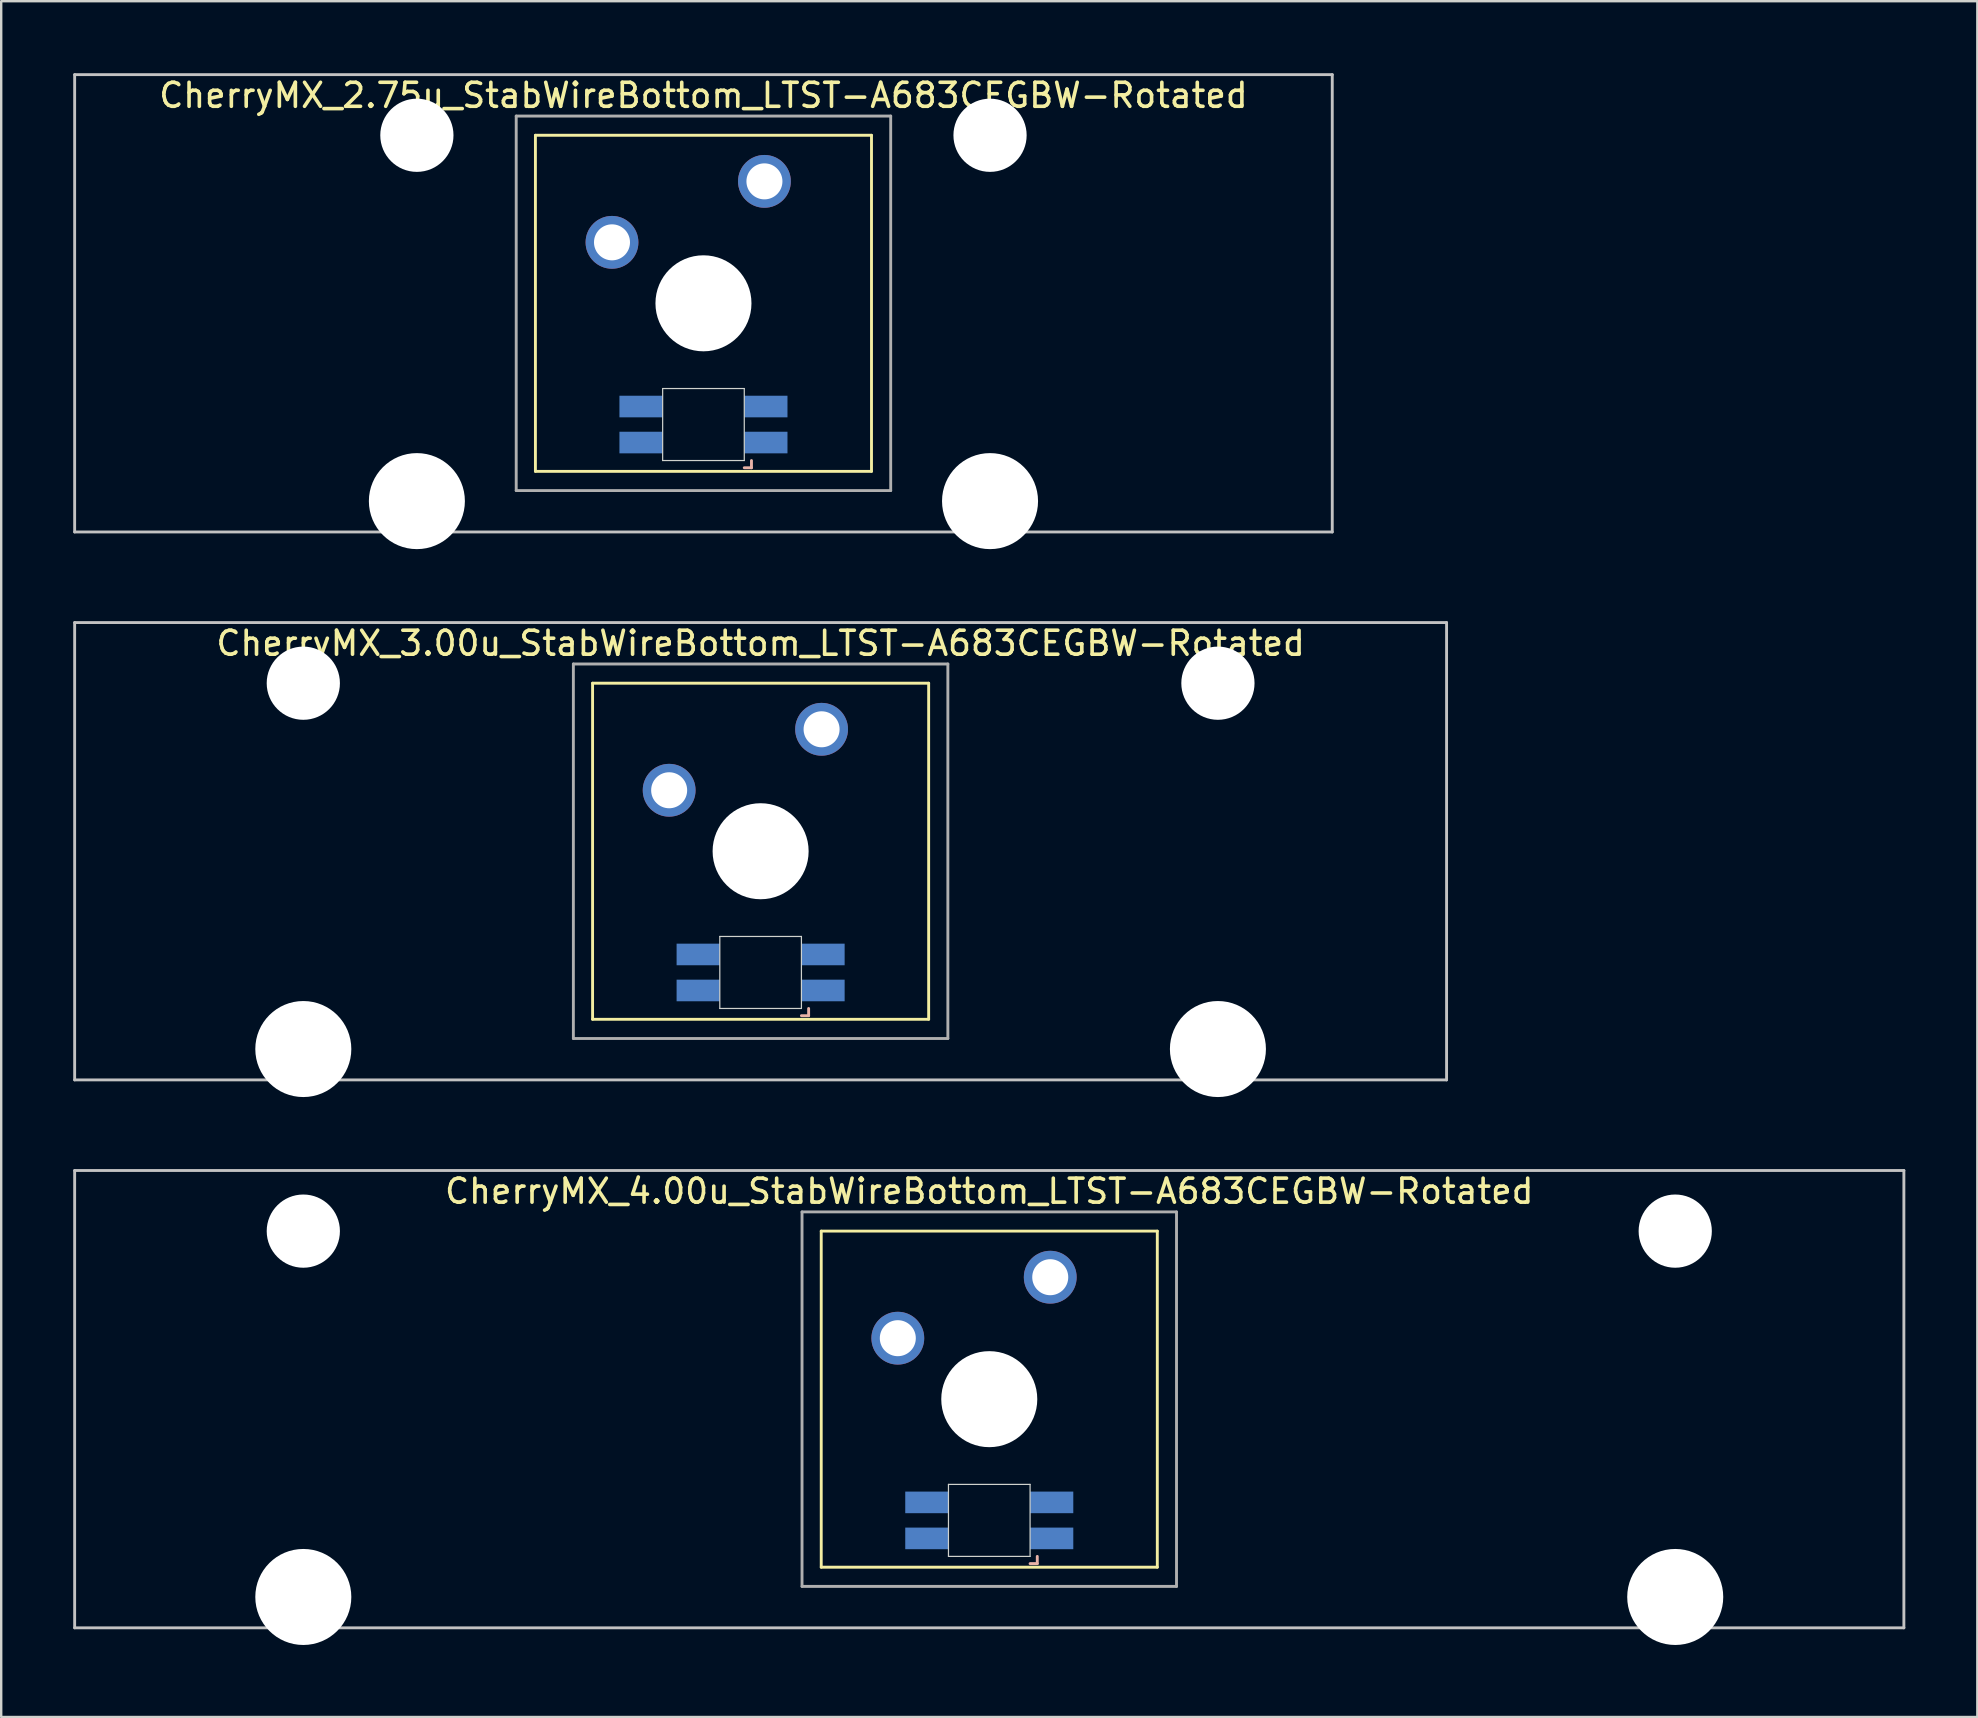
<source format=kicad_pcb>
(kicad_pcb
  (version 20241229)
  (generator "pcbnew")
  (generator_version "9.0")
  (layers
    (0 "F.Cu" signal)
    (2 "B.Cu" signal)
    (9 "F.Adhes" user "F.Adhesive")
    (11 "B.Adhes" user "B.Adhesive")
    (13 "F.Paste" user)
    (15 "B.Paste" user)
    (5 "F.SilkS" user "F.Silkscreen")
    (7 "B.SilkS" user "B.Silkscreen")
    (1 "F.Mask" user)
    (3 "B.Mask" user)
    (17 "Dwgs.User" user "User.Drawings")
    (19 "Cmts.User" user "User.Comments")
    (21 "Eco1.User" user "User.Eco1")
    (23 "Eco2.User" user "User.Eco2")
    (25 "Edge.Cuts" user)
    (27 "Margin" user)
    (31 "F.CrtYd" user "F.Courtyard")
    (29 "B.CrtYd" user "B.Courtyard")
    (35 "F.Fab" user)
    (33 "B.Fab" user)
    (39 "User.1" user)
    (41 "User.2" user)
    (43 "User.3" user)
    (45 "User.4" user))
  (footprint "CherryMX_2.75u_StabWireBottom_LTST-A683CEGBW-Rotated"
    (layer "F.Cu")
    (at 26.254 9.585)
    (property "Reference" "CherryMX_2.75u_StabWireBottom_LTST-A683CEGBW-Rotated" (at 0 -8.662 0) (layer "F.SilkS") (effects (font (size 1 1) (thickness 0.15))))
    (attr through_hole)
    (fp_line (start -7 -7) (end -7 7) (stroke (width 0.12) (type solid)) (layer "F.SilkS"))
    (fp_line (start -7 -7) (end 7 -7) (stroke (width 0.12) (type solid)) (layer "F.SilkS"))
    (fp_line (start 7 -7) (end 7 7) (stroke (width 0.12) (type solid)) (layer "F.SilkS"))
    (fp_line (start 7 7) (end -7 7) (stroke (width 0.12) (type solid)) (layer "F.SilkS"))
    (fp_line (start 1.7 6.85) (end 2 6.85) (stroke (width 0.12) (type solid)) (layer "B.SilkS"))
    (fp_line (start 2 6.85) (end 2 6.55) (stroke (width 0.12) (type solid)) (layer "B.SilkS"))
    (fp_line (start -26.194 -9.525) (end 26.194 -9.525) (stroke (width 0.12) (type solid)) (layer "Dwgs.User"))
    (fp_line (start -26.194 9.525) (end -26.194 -9.525) (stroke (width 0.12) (type solid)) (layer "Dwgs.User"))
    (fp_line (start 26.194 -9.525) (end 26.194 9.525) (stroke (width 0.12) (type solid)) (layer "Dwgs.User"))
    (fp_line (start 26.194 9.525) (end -26.194 9.525) (stroke (width 0.12) (type solid)) (layer "Dwgs.User"))
    (fp_line (start -1.7 3.55) (end 1.7 3.55) (stroke (width 0.05) (type solid)) (layer "Edge.Cuts"))
    (fp_line (start -1.7 6.55) (end -1.7 3.55) (stroke (width 0.05) (type solid)) (layer "Edge.Cuts"))
    (fp_line (start 1.7 3.55) (end 1.7 6.55) (stroke (width 0.05) (type solid)) (layer "Edge.Cuts"))
    (fp_line (start 1.7 6.55) (end -1.7 6.55) (stroke (width 0.05) (type solid)) (layer "Edge.Cuts"))
    (fp_line (start -7.8 -7.8) (end -7.8 7.8) (stroke (width 0.12) (type solid)) (layer "F.Fab"))
    (fp_line (start -7.8 -7.8) (end 7.8 -7.8) (stroke (width 0.12) (type solid)) (layer "F.Fab"))
    (fp_line (start -7.8 7.8) (end 7.8 7.8) (stroke (width 0.12) (type solid)) (layer "F.Fab"))
    (fp_line (start 7.8 -7.8) (end 7.8 7.8) (stroke (width 0.12) (type solid)) (layer "F.Fab"))
    (pad "" np_thru_hole circle (at -11.938 -7) (size 3.05 3.05) (drill 3.05) (layers "*.Cu" "*.Mask"))
    (pad "" np_thru_hole circle (at -11.938 8.24) (size 4 4) (drill 4) (layers "*.Cu" "*.Mask"))
    (pad "" np_thru_hole circle (at 0 0) (size 4 4) (drill 4) (layers "*.Cu" "*.Mask"))
    (pad "" np_thru_hole circle (at 11.938 -7) (size 3.05 3.05) (drill 3.05) (layers "*.Cu" "*.Mask"))
    (pad "" np_thru_hole circle (at 11.938 8.24) (size 4 4) (drill 4) (layers "*.Cu" "*.Mask"))
    (pad "1" thru_hole circle (at -3.81 -2.54) (size 2.2 2.2) (drill 1.5) (layers "*.Cu" "*.Mask"))
    (pad "2" thru_hole circle (at 2.54 -5.08) (size 2.2 2.2) (drill 1.5) (layers "*.Cu" "*.Mask"))
    (pad "3" smd rect (at 2.6 5.8) (size 1.8 0.9) (layers "B.Cu" "B.Mask" "B.Paste"))
    (pad "4" smd rect (at 2.6 4.3) (size 1.8 0.9) (layers "B.Cu" "B.Mask" "B.Paste"))
    (pad "5" smd rect (at -2.6 5.8) (size 1.8 0.9) (layers "B.Cu" "B.Mask" "B.Paste"))
    (pad "6" smd rect (at -2.6 4.3) (size 1.8 0.9) (layers "B.Cu" "B.Mask" "B.Paste")))
  (footprint "CherryMX_4.00u_StabWireBottom_LTST-A683CEGBW-Rotated"
    (layer "F.Cu")
    (at 38.16 55.235)
    (property "Reference" "CherryMX_4.00u_StabWireBottom_LTST-A683CEGBW-Rotated" (at 0 -8.662 0) (layer "F.SilkS") (effects (font (size 1 1) (thickness 0.15))))
    (attr through_hole)
    (fp_line (start -7 -7) (end -7 7) (stroke (width 0.12) (type solid)) (layer "F.SilkS"))
    (fp_line (start -7 -7) (end 7 -7) (stroke (width 0.12) (type solid)) (layer "F.SilkS"))
    (fp_line (start 7 -7) (end 7 7) (stroke (width 0.12) (type solid)) (layer "F.SilkS"))
    (fp_line (start 7 7) (end -7 7) (stroke (width 0.12) (type solid)) (layer "F.SilkS"))
    (fp_line (start 1.7 6.85) (end 2 6.85) (stroke (width 0.12) (type solid)) (layer "B.SilkS"))
    (fp_line (start 2 6.85) (end 2 6.55) (stroke (width 0.12) (type solid)) (layer "B.SilkS"))
    (fp_line (start -38.1 -9.525) (end 38.1 -9.525) (stroke (width 0.12) (type solid)) (layer "Dwgs.User"))
    (fp_line (start -38.1 9.525) (end -38.1 -9.525) (stroke (width 0.12) (type solid)) (layer "Dwgs.User"))
    (fp_line (start 38.1 -9.525) (end 38.1 9.525) (stroke (width 0.12) (type solid)) (layer "Dwgs.User"))
    (fp_line (start 38.1 9.525) (end -38.1 9.525) (stroke (width 0.12) (type solid)) (layer "Dwgs.User"))
    (fp_line (start -1.7 3.55) (end 1.7 3.55) (stroke (width 0.05) (type solid)) (layer "Edge.Cuts"))
    (fp_line (start -1.7 6.55) (end -1.7 3.55) (stroke (width 0.05) (type solid)) (layer "Edge.Cuts"))
    (fp_line (start 1.7 3.55) (end 1.7 6.55) (stroke (width 0.05) (type solid)) (layer "Edge.Cuts"))
    (fp_line (start 1.7 6.55) (end -1.7 6.55) (stroke (width 0.05) (type solid)) (layer "Edge.Cuts"))
    (fp_line (start -7.8 -7.8) (end -7.8 7.8) (stroke (width 0.12) (type solid)) (layer "F.Fab"))
    (fp_line (start -7.8 -7.8) (end 7.8 -7.8) (stroke (width 0.12) (type solid)) (layer "F.Fab"))
    (fp_line (start -7.8 7.8) (end 7.8 7.8) (stroke (width 0.12) (type solid)) (layer "F.Fab"))
    (fp_line (start 7.8 -7.8) (end 7.8 7.8) (stroke (width 0.12) (type solid)) (layer "F.Fab"))
    (pad "" np_thru_hole circle (at -28.575 -7) (size 3.05 3.05) (drill 3.05) (layers "*.Cu" "*.Mask"))
    (pad "" np_thru_hole circle (at -28.575 8.24) (size 4 4) (drill 4) (layers "*.Cu" "*.Mask"))
    (pad "" np_thru_hole circle (at 0 0) (size 4 4) (drill 4) (layers "*.Cu" "*.Mask"))
    (pad "" np_thru_hole circle (at 28.575 -7) (size 3.05 3.05) (drill 3.05) (layers "*.Cu" "*.Mask"))
    (pad "" np_thru_hole circle (at 28.575 8.24) (size 4 4) (drill 4) (layers "*.Cu" "*.Mask"))
    (pad "1" thru_hole circle (at -3.81 -2.54) (size 2.2 2.2) (drill 1.5) (layers "*.Cu" "*.Mask"))
    (pad "2" thru_hole circle (at 2.54 -5.08) (size 2.2 2.2) (drill 1.5) (layers "*.Cu" "*.Mask"))
    (pad "3" smd rect (at 2.6 5.8) (size 1.8 0.9) (layers "B.Cu" "B.Mask" "B.Paste"))
    (pad "4" smd rect (at 2.6 4.3) (size 1.8 0.9) (layers "B.Cu" "B.Mask" "B.Paste"))
    (pad "5" smd rect (at -2.6 5.8) (size 1.8 0.9) (layers "B.Cu" "B.Mask" "B.Paste"))
    (pad "6" smd rect (at -2.6 4.3) (size 1.8 0.9) (layers "B.Cu" "B.Mask" "B.Paste")))
  (footprint "CherryMX_3.00u_StabWireBottom_LTST-A683CEGBW-Rotated"
    (layer "F.Cu")
    (at 28.635 32.41)
    (property "Reference" "CherryMX_3.00u_StabWireBottom_LTST-A683CEGBW-Rotated" (at 0 -8.662 0) (layer "F.SilkS") (effects (font (size 1 1) (thickness 0.15))))
    (attr through_hole)
    (fp_line (start -7 -7) (end -7 7) (stroke (width 0.12) (type solid)) (layer "F.SilkS"))
    (fp_line (start -7 -7) (end 7 -7) (stroke (width 0.12) (type solid)) (layer "F.SilkS"))
    (fp_line (start 7 -7) (end 7 7) (stroke (width 0.12) (type solid)) (layer "F.SilkS"))
    (fp_line (start 7 7) (end -7 7) (stroke (width 0.12) (type solid)) (layer "F.SilkS"))
    (fp_line (start 1.7 6.85) (end 2 6.85) (stroke (width 0.12) (type solid)) (layer "B.SilkS"))
    (fp_line (start 2 6.85) (end 2 6.55) (stroke (width 0.12) (type solid)) (layer "B.SilkS"))
    (fp_line (start -28.575 -9.525) (end 28.575 -9.525) (stroke (width 0.12) (type solid)) (layer "Dwgs.User"))
    (fp_line (start -28.575 9.525) (end -28.575 -9.525) (stroke (width 0.12) (type solid)) (layer "Dwgs.User"))
    (fp_line (start 28.575 -9.525) (end 28.575 9.525) (stroke (width 0.12) (type solid)) (layer "Dwgs.User"))
    (fp_line (start 28.575 9.525) (end -28.575 9.525) (stroke (width 0.12) (type solid)) (layer "Dwgs.User"))
    (fp_line (start -1.7 3.55) (end 1.7 3.55) (stroke (width 0.05) (type solid)) (layer "Edge.Cuts"))
    (fp_line (start -1.7 6.55) (end -1.7 3.55) (stroke (width 0.05) (type solid)) (layer "Edge.Cuts"))
    (fp_line (start 1.7 3.55) (end 1.7 6.55) (stroke (width 0.05) (type solid)) (layer "Edge.Cuts"))
    (fp_line (start 1.7 6.55) (end -1.7 6.55) (stroke (width 0.05) (type solid)) (layer "Edge.Cuts"))
    (fp_line (start -7.8 -7.8) (end -7.8 7.8) (stroke (width 0.12) (type solid)) (layer "F.Fab"))
    (fp_line (start -7.8 -7.8) (end 7.8 -7.8) (stroke (width 0.12) (type solid)) (layer "F.Fab"))
    (fp_line (start -7.8 7.8) (end 7.8 7.8) (stroke (width 0.12) (type solid)) (layer "F.Fab"))
    (fp_line (start 7.8 -7.8) (end 7.8 7.8) (stroke (width 0.12) (type solid)) (layer "F.Fab"))
    (pad "" np_thru_hole circle (at -19.05 -7) (size 3.05 3.05) (drill 3.05) (layers "*.Cu" "*.Mask"))
    (pad "" np_thru_hole circle (at -19.05 8.24) (size 4 4) (drill 4) (layers "*.Cu" "*.Mask"))
    (pad "" np_thru_hole circle (at 0 0) (size 4 4) (drill 4) (layers "*.Cu" "*.Mask"))
    (pad "" np_thru_hole circle (at 19.05 -7) (size 3.05 3.05) (drill 3.05) (layers "*.Cu" "*.Mask"))
    (pad "" np_thru_hole circle (at 19.05 8.24) (size 4 4) (drill 4) (layers "*.Cu" "*.Mask"))
    (pad "1" thru_hole circle (at -3.81 -2.54) (size 2.2 2.2) (drill 1.5) (layers "*.Cu" "*.Mask"))
    (pad "2" thru_hole circle (at 2.54 -5.08) (size 2.2 2.2) (drill 1.5) (layers "*.Cu" "*.Mask"))
    (pad "3" smd rect (at 2.6 5.8) (size 1.8 0.9) (layers "B.Cu" "B.Mask" "B.Paste"))
    (pad "4" smd rect (at 2.6 4.3) (size 1.8 0.9) (layers "B.Cu" "B.Mask" "B.Paste"))
    (pad "5" smd rect (at -2.6 5.8) (size 1.8 0.9) (layers "B.Cu" "B.Mask" "B.Paste"))
    (pad "6" smd rect (at -2.6 4.3) (size 1.8 0.9) (layers "B.Cu" "B.Mask" "B.Paste")))
  (gr_rect
    (start -3 -3)
    (end 79.32 68.475)
    (stroke (width 0.1) (type default))
    (fill no)
    (layer "Edge.Cuts")))
</source>
